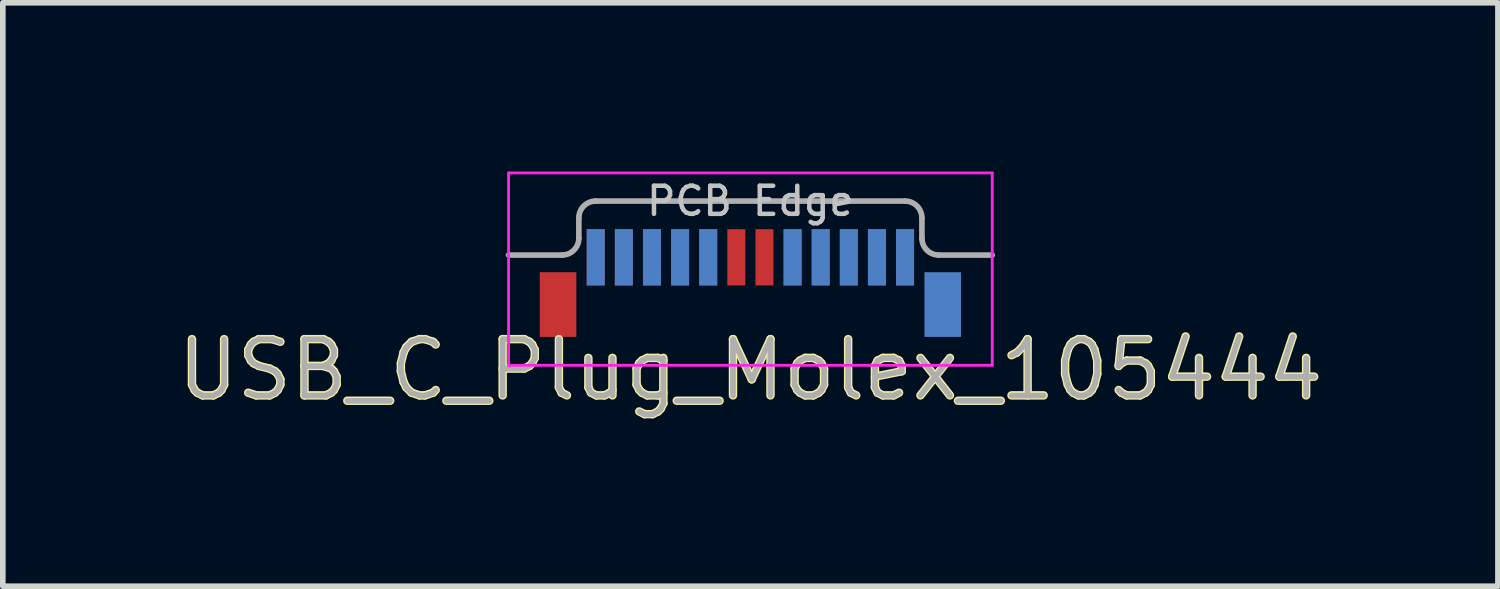
<source format=kicad_pcb>
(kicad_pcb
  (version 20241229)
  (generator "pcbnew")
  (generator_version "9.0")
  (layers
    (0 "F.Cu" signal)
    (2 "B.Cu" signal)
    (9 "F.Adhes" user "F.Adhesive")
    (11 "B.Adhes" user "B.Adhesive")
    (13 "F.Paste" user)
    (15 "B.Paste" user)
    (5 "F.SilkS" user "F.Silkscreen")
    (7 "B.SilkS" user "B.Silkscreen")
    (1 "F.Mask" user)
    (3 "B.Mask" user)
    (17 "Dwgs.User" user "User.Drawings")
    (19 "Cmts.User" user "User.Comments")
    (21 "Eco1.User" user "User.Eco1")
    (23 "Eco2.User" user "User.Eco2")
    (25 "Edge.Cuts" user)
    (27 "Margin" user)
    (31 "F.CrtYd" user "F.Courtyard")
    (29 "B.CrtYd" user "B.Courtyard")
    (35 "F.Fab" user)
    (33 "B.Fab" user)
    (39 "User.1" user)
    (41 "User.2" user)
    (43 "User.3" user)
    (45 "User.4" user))
  (footprint "USB_C_Plug_Molex_105444"
    (layer "F.Cu")
    (at 10.292 1.485)
    (property "Reference" "USB_C_Plug_Molex_105444" (at 0 2.04 0) (layer "F.SilkS") (effects (font (size 1 1) (thickness 0.15))))
    (attr smd)
    (fp_line (start -4.3 1.96) (end -4.3 -1.46) (stroke (width 0.05) (type solid)) (layer "F.CrtYd"))
    (fp_line (start 4.3 -1.46) (end -4.3 -1.46) (stroke (width 0.05) (type solid)) (layer "F.CrtYd"))
    (fp_line (start 4.3 1.96) (end -4.3 1.96) (stroke (width 0.05) (type solid)) (layer "F.CrtYd"))
    (fp_line (start 4.3 1.96) (end 4.3 -1.46) (stroke (width 0.05) (type solid)) (layer "F.CrtYd"))
    (fp_line (start -3.35 0) (end -4.3 0) (stroke (width 0.1) (type solid)) (layer "F.Fab"))
    (fp_line (start -3.05 -0.66) (end -3.05 -0.3) (stroke (width 0.1) (type solid)) (layer "F.Fab"))
    (fp_line (start -2.75 -0.96) (end 2.75 -0.96) (stroke (width 0.1) (type solid)) (layer "F.Fab"))
    (fp_line (start 3.05 -0.66) (end 3.05 -0.3) (stroke (width 0.1) (type solid)) (layer "F.Fab"))
    (fp_line (start 3.35 0) (end 4.3 0) (stroke (width 0.1) (type solid)) (layer "F.Fab"))
    (fp_arc (start -3.05 -0.66) (mid -2.962132 -0.872132) (end -2.75 -0.96) (stroke (width 0.1) (type solid)) (layer "F.Fab"))
    (fp_arc (start -3.05 -0.3) (mid -3.137868 -0.087868) (end -3.35 0) (stroke (width 0.1) (type solid)) (layer "F.Fab"))
    (fp_arc (start 2.75 -0.96) (mid 2.962132 -0.872132) (end 3.05 -0.66) (stroke (width 0.1) (type solid)) (layer "F.Fab"))
    (fp_arc (start 3.35 0) (mid 3.137868 -0.087868) (end 3.05 -0.3) (stroke (width 0.1) (type solid)) (layer "F.Fab"))
    (fp_text user "PCB Edge" (at 0 -0.96 0) (layer "Dwgs.User") (effects (font (size 0.5 0.5) (thickness 0.08))))
    (fp_text user "${REFERENCE}" (at 0 2.04 0) (layer "F.Fab") (effects (font (size 1 1) (thickness 0.1))))
    (pad "A1" smd rect (at -2.75 0.04) (size 0.32 1) (layers "F.Cu" "F.Mask" "F.Paste"))
    (pad "A2" smd rect (at -2.25 0.04) (size 0.32 1) (layers "F.Cu" "F.Mask" "F.Paste"))
    (pad "A3" smd rect (at -1.75 0.04) (size 0.32 1) (layers "F.Cu" "F.Mask" "F.Paste"))
    (pad "A4" smd rect (at -1.25 0.04) (size 0.32 1) (layers "F.Cu" "F.Mask" "F.Paste"))
    (pad "A5" smd rect (at -0.75 0.04) (size 0.32 1) (layers "F.Cu" "F.Mask" "F.Paste"))
    (pad "A6" smd rect (at -0.25 0.04) (size 0.32 1) (layers "F.Cu" "F.Mask" "F.Paste"))
    (pad "A7" smd rect (at 0.25 0.04) (size 0.32 1) (layers "F.Cu" "F.Mask" "F.Paste"))
    (pad "A8" smd rect (at 0.75 0.04) (size 0.32 1) (layers "F.Cu" "F.Mask" "F.Paste"))
    (pad "A9" smd rect (at 1.25 0.04) (size 0.32 1) (layers "F.Cu" "F.Mask" "F.Paste"))
    (pad "A10" smd rect (at 1.75 0.04) (size 0.32 1) (layers "F.Cu" "F.Mask" "F.Paste"))
    (pad "A11" smd rect (at 2.25 0.04) (size 0.32 1) (layers "F.Cu" "F.Mask" "F.Paste"))
    (pad "A12" smd rect (at 2.75 0.04) (size 0.32 1) (layers "F.Cu" "F.Mask" "F.Paste"))
    (pad "B1" smd rect (at 2.75 0.04) (size 0.32 1) (layers "B.Cu" "B.Mask" "B.Paste"))
    (pad "B2" smd rect (at 2.25 0.04) (size 0.32 1) (layers "B.Cu" "B.Mask" "B.Paste"))
    (pad "B3" smd rect (at 1.75 0.04) (size 0.32 1) (layers "B.Cu" "B.Mask" "B.Paste"))
    (pad "B4" smd rect (at 1.25 0.04) (size 0.32 1) (layers "B.Cu" "B.Mask" "B.Paste"))
    (pad "B5" smd rect (at 0.75 0.04) (size 0.32 1) (layers "B.Cu" "B.Mask" "B.Paste"))
    (pad "B8" smd rect (at -0.75 0.04) (size 0.32 1) (layers "B.Cu" "B.Mask" "B.Paste"))
    (pad "B9" smd rect (at -1.25 0.04) (size 0.32 1) (layers "B.Cu" "B.Mask" "B.Paste"))
    (pad "B10" smd rect (at -1.75 0.04) (size 0.32 1) (layers "B.Cu" "B.Mask" "B.Paste"))
    (pad "B11" smd rect (at -2.25 0.04) (size 0.32 1) (layers "B.Cu" "B.Mask" "B.Paste"))
    (pad "B12" smd rect (at -2.75 0.04) (size 0.32 1) (layers "B.Cu" "B.Mask" "B.Paste"))
    (pad "S1" smd rect (at -3.42 0.88) (size 0.65 1.15) (layers "F.Cu" "F.Mask" "F.Paste"))
    (pad "S1" smd rect (at 3.42 0.88) (size 0.65 1.15) (layers "B.Cu" "B.Mask" "B.Paste")))
  (gr_rect
    (start -3 -3)
    (end 23.583 7.373)
    (stroke (width 0.1) (type default))
    (fill no)
    (layer "Edge.Cuts")))
</source>
